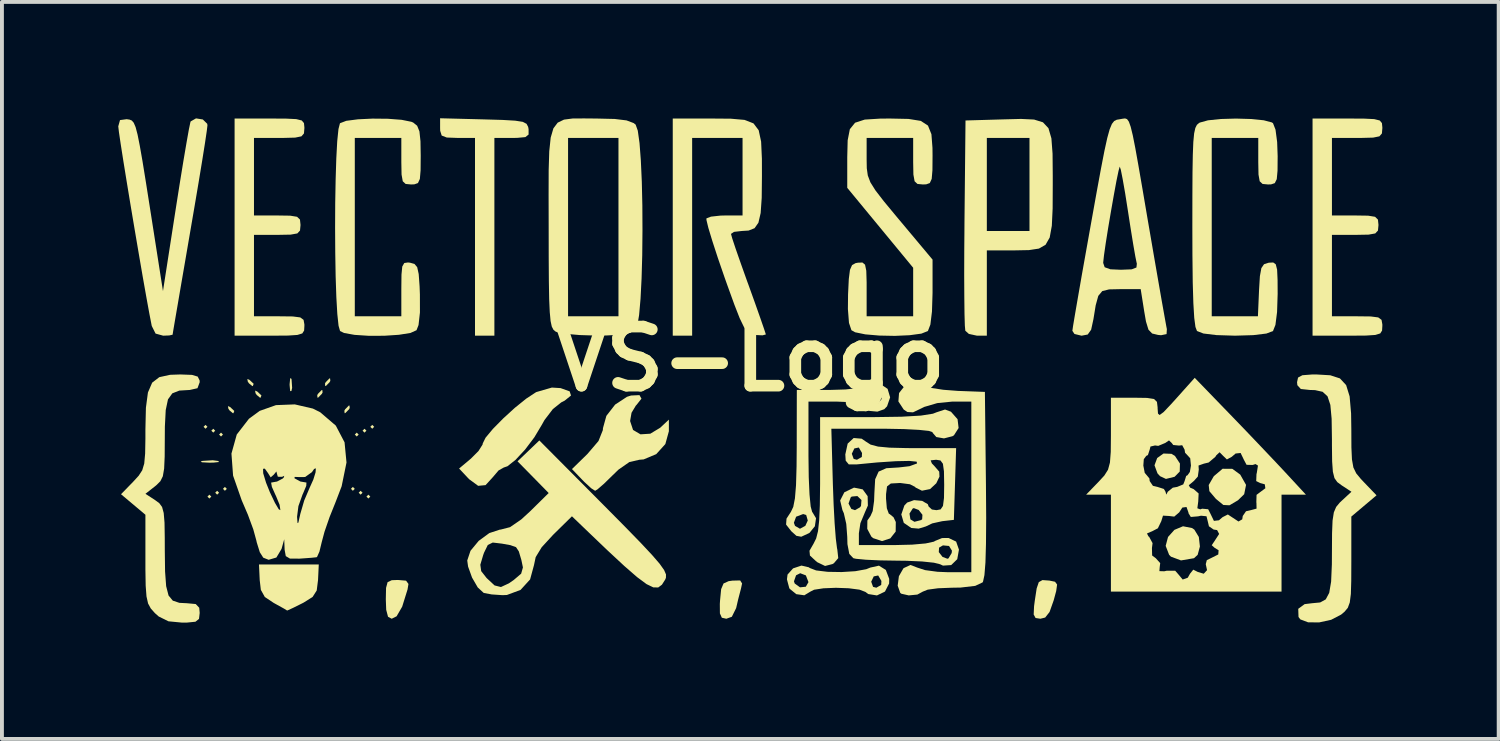
<source format=kicad_pcb>
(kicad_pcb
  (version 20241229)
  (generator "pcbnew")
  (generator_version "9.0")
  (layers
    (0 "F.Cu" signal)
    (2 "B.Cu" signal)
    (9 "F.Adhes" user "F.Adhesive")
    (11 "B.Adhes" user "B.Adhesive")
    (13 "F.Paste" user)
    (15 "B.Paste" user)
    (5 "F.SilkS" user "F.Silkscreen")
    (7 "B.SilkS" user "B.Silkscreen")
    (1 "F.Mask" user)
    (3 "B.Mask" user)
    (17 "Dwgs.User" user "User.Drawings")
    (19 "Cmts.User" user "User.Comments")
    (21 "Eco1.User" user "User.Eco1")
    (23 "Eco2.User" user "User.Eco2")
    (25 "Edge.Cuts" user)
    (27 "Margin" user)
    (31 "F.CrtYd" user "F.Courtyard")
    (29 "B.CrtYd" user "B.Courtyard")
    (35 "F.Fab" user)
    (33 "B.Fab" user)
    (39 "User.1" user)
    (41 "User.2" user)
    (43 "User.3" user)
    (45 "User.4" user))
  (footprint "VS-Logo"
    (layer "F.Cu")
    (at 16.3 6.207)
    (property "Reference" "VS-Logo" (at 0 0 0) (layer "F.SilkS") (effects (font (size 1.524 1.524) (thickness 0.3))))
    (attr board_only exclude_from_pos_files exclude_from_bom)
    (fp_poly (pts (xy -14 1.75) (xy -14.05 1.8) (xy -14.1 1.75) (xy -14.05 1.7)) (stroke (width 0) (type solid)) (fill yes) (layer "F.SilkS"))
    (fp_poly (pts (xy -13.9 3.55) (xy -13.95 3.6) (xy -14 3.55) (xy -13.95 3.5)) (stroke (width 0) (type solid)) (fill yes) (layer "F.SilkS"))
    (fp_poly (pts (xy -13.8 1.85) (xy -13.85 1.9) (xy -13.9 1.85) (xy -13.85 1.8)) (stroke (width 0) (type solid)) (fill yes) (layer "F.SilkS"))
    (fp_poly (pts (xy -13.7 3.45) (xy -13.75 3.5) (xy -13.8 3.45) (xy -13.75 3.4)) (stroke (width 0) (type solid)) (fill yes) (layer "F.SilkS"))
    (fp_poly (pts (xy -13.6 1.95) (xy -13.65 2) (xy -13.7 1.95) (xy -13.65 1.9)) (stroke (width 0) (type solid)) (fill yes) (layer "F.SilkS"))
    (fp_poly (pts (xy -13.5 3.35) (xy -13.55 3.4) (xy -13.6 3.35) (xy -13.55 3.3)) (stroke (width 0) (type solid)) (fill yes) (layer "F.SilkS"))
    (fp_poly (pts (xy -10.2 3.35) (xy -10.25 3.4) (xy -10.3 3.35) (xy -10.25 3.3)) (stroke (width 0) (type solid)) (fill yes) (layer "F.SilkS"))
    (fp_poly (pts (xy -10.1 1.95) (xy -10.15 2) (xy -10.2 1.95) (xy -10.15 1.9)) (stroke (width 0) (type solid)) (fill yes) (layer "F.SilkS"))
    (fp_poly (pts (xy -10 3.45) (xy -10.05 3.5) (xy -10.1 3.45) (xy -10.05 3.4)) (stroke (width 0) (type solid)) (fill yes) (layer "F.SilkS"))
    (fp_poly (pts (xy -9.9 1.85) (xy -9.95 1.9) (xy -10 1.85) (xy -9.95 1.8)) (stroke (width 0) (type solid)) (fill yes) (layer "F.SilkS"))
    (fp_poly (pts (xy -9.8 3.55) (xy -9.85 3.6) (xy -9.9 3.55) (xy -9.85 3.5)) (stroke (width 0) (type solid)) (fill yes) (layer "F.SilkS"))
    (fp_poly (pts (xy -9.7 1.75) (xy -9.75 1.8) (xy -9.8 1.75) (xy -9.75 1.7)) (stroke (width 0) (type solid)) (fill yes) (layer "F.SilkS"))
    (fp_poly (pts (xy -13.415 1.24) (xy -13.308 1.341) (xy -13.33 1.399) (xy -13.344 1.4) (xy -13.429 1.329) (xy -13.46 1.285) (xy -13.471 1.216)) (stroke (width 0) (type solid)) (fill yes) (layer "F.SilkS"))
    (fp_poly (pts (xy -12.915 0.54) (xy -12.808 0.641) (xy -12.83 0.699) (xy -12.844 0.7) (xy -12.929 0.629) (xy -12.96 0.585) (xy -12.971 0.516)) (stroke (width 0) (type solid)) (fill yes) (layer "F.SilkS"))
    (fp_poly (pts (xy -12.715 0.84) (xy -12.608 0.941) (xy -12.63 0.999) (xy -12.644 1) (xy -12.729 0.929) (xy -12.76 0.885) (xy -12.771 0.816)) (stroke (width 0) (type solid)) (fill yes) (layer "F.SilkS"))
    (fp_poly (pts (xy -13.724 2.631) (xy -13.7 2.658) (xy -13.844 2.673) (xy -13.95 2.675) (xy -14.144 2.665) (xy -14.173 2.642) (xy -14.124 2.629) (xy -13.863 2.613)) (stroke (width 0) (type solid)) (fill yes) (layer "F.SilkS"))
    (fp_poly (pts (xy -11.836 0.51) (xy -11.831 0.527) (xy -11.816 0.745) (xy -11.834 0.827) (xy -11.867 0.83) (xy -11.881 0.674) (xy -11.881 0.65) (xy -11.866 0.495)) (stroke (width 0) (type solid)) (fill yes) (layer "F.SilkS"))
    (fp_poly (pts (xy -11.031 0.865) (xy -11.05 0.9) (xy -11.144 0.996) (xy -11.162 1) (xy -11.169 0.935) (xy -11.15 0.9) (xy -11.056 0.804) (xy -11.038 0.8)) (stroke (width 0) (type solid)) (fill yes) (layer "F.SilkS"))
    (fp_poly (pts (xy -10.831 0.565) (xy -10.85 0.6) (xy -10.944 0.696) (xy -10.962 0.7) (xy -10.969 0.635) (xy -10.95 0.6) (xy -10.856 0.504) (xy -10.838 0.5)) (stroke (width 0) (type solid)) (fill yes) (layer "F.SilkS"))
    (fp_poly (pts (xy -10.331 1.265) (xy -10.35 1.3) (xy -10.444 1.395) (xy -10.462 1.4) (xy -10.469 1.335) (xy -10.45 1.3) (xy -10.356 1.204) (xy -10.338 1.2)) (stroke (width 0) (type solid)) (fill yes) (layer "F.SilkS"))
    (fp_poly (pts (xy 10.862 2.447) (xy 10.951 2.501) (xy 11.08 2.697) (xy 11.075 2.904) (xy 10.942 3.039) (xy 10.719 3.094) (xy 10.567 3.023) (xy 10.501 2.951) (xy 10.424 2.743) (xy 10.493 2.555) (xy 10.656 2.439)) (stroke (width 0) (type solid)) (fill yes) (layer "F.SilkS"))
    (fp_poly (pts (xy -8.878 5.718) (xy -8.816 5.803) (xy -8.84 5.946) (xy -8.978 6.389) (xy -9.122 6.637) (xy -9.248 6.7) (xy -9.343 6.649) (xy -9.39 6.47) (xy -9.4 6.2) (xy -9.394 5.904) (xy -9.354 5.756) (xy -9.247 5.706) (xy -9.089 5.7)) (stroke (width 0) (type solid)) (fill yes) (layer "F.SilkS"))
    (fp_poly (pts (xy 11.393 4.361) (xy 11.451 4.401) (xy 11.567 4.591) (xy 11.595 4.837) (xy 11.537 5.052) (xy 11.442 5.139) (xy 11.108 5.196) (xy 10.848 5.099) (xy 10.801 5.051) (xy 10.712 4.821) (xy 10.773 4.591) (xy 10.937 4.408) (xy 11.159 4.315)) (stroke (width 0) (type solid)) (fill yes) (layer "F.SilkS"))
    (fp_poly (pts (xy 12.431 2.834) (xy 12.635 2.983) (xy 12.785 3.248) (xy 12.737 3.488) (xy 12.578 3.644) (xy 12.358 3.774) (xy 12.199 3.766) (xy 12.013 3.613) (xy 12 3.6) (xy 11.839 3.41) (xy 11.822 3.252) (xy 11.945 3.038) (xy 11.956 3.022) (xy 12.18 2.832)) (stroke (width 0) (type solid)) (fill yes) (layer "F.SilkS"))
    (fp_poly (pts (xy -0.212 5.79) (xy -0.239 5.917) (xy -0.313 6.201) (xy -0.365 6.425) (xy -0.476 6.649) (xy -0.618 6.7) (xy -0.734 6.674) (xy -0.784 6.563) (xy -0.786 6.318) (xy -0.78 6.225) (xy -0.752 5.936) (xy -0.69 5.79) (xy -0.559 5.731) (xy -0.461 5.717) (xy -0.262 5.712)) (stroke (width 0) (type solid)) (fill yes) (layer "F.SilkS"))
    (fp_poly (pts (xy -11.148 5.702) (xy -11.182 5.971) (xy -11.288 6.138) (xy -11.52 6.284) (xy -11.555 6.302) (xy -11.79 6.419) (xy -11.93 6.483) (xy -11.946 6.488) (xy -12.027 6.438) (xy -12.224 6.329) (xy -12.291 6.292) (xy -12.52 6.14) (xy -12.623 5.955) (xy -12.652 5.705) (xy -12.671 5.3) (xy -11.129 5.3)) (stroke (width 0) (type solid)) (fill yes) (layer "F.SilkS"))
    (fp_poly (pts (xy 7.702 5.715) (xy 7.72 5.717) (xy 7.859 5.746) (xy 7.912 5.818) (xy 7.889 5.985) (xy 7.824 6.225) (xy 7.718 6.525) (xy 7.605 6.669) (xy 7.481 6.7) (xy 7.357 6.681) (xy 7.308 6.591) (xy 7.318 6.377) (xy 7.337 6.233) (xy 7.385 5.918) (xy 7.44 5.756) (xy 7.534 5.703)) (stroke (width 0) (type solid)) (fill yes) (layer "F.SilkS"))
    (fp_poly (pts (xy -6.875 -6.178) (xy -6.387 -6.164) (xy -6.064 -6.145) (xy -5.87 -6.115) (xy -5.771 -6.064) (xy -5.729 -5.985) (xy -5.718 -5.925) (xy -5.718 -5.787) (xy -5.801 -5.721) (xy -6.018 -5.701) (xy -6.143 -5.7) (xy -6.6 -5.7) (xy -6.6 -0.6) (xy -7.1 -0.6) (xy -7.1 -5.7) (xy -7.55 -5.7) (xy -7.828 -5.71) (xy -7.959 -5.761) (xy -7.998 -5.883) (xy -8 -5.953) (xy -8 -6.207)) (stroke (width 0) (type solid)) (fill yes) (layer "F.SilkS"))
    (fp_poly (pts (xy -4.893 0.752) (xy -4.659 0.836) (xy -4.624 0.943) (xy -4.787 1.075) (xy -4.875 1.12) (xy -5.092 1.293) (xy -5.308 1.576) (xy -5.374 1.694) (xy -5.569 2.02) (xy -5.808 2.337) (xy -6.053 2.601) (xy -6.262 2.767) (xy -6.358 2.8) (xy -6.493 2.876) (xy -6.641 3.05) (xy -6.827 3.254) (xy -7.019 3.272) (xy -7.248 3.104) (xy -7.288 3.063) (xy -7.51 2.826) (xy -7.205 2.57) (xy -7.01 2.374) (xy -6.905 2.208) (xy -6.9 2.178) (xy -6.828 2.032) (xy -6.638 1.804) (xy -6.372 1.534) (xy -6.072 1.26) (xy -5.778 1.023) (xy -5.533 0.862) (xy -5.518 0.854) (xy -5.117 0.738)) (stroke (width 0) (type solid)) (fill yes) (layer "F.SilkS"))
    (fp_poly (pts (xy -2.807 1.024) (xy -2.937 1.189) (xy -2.95 1.2) (xy -3.063 1.388) (xy -3.1 1.601) (xy -3.024 1.831) (xy -2.832 1.944) (xy -2.579 1.928) (xy -2.325 1.775) (xy -2.1 1.565) (xy -2.1 1.865) (xy -2.191 2.195) (xy -2.426 2.455) (xy -2.751 2.591) (xy -2.861 2.6) (xy -3.119 2.659) (xy -3.399 2.854) (xy -3.55 3) (xy -3.774 3.219) (xy -3.942 3.364) (xy -4.002 3.4) (xy -4.103 3.335) (xy -4.28 3.172) (xy -4.331 3.12) (xy -4.599 2.84) (xy -4.2 2.45) (xy -3.915 2.116) (xy -3.803 1.835) (xy -3.8 1.785) (xy -3.712 1.468) (xy -3.486 1.177) (xy -3.18 0.976) (xy -3.075 0.943) (xy -2.858 0.933)) (stroke (width 0) (type solid)) (fill yes) (layer "F.SilkS"))
    (fp_poly (pts (xy 7.318 -6.174) (xy 7.547 -6.103) (xy 7.689 -5.951) (xy 7.765 -5.69) (xy 7.795 -5.293) (xy 7.8 -4.732) (xy 7.8 -4.5) (xy 7.797 -3.881) (xy 7.776 -3.434) (xy 7.721 -3.131) (xy 7.615 -2.945) (xy 7.443 -2.846) (xy 7.186 -2.807) (xy 6.828 -2.8) (xy 6.793 -2.8) (xy 6.1 -2.8) (xy 6.1 -0.6) (xy 5.847 -0.6) (xy 5.638 -0.644) (xy 5.545 -0.727) (xy 5.533 -0.857) (xy 5.524 -1.16) (xy 5.519 -1.607) (xy 5.516 -2.171) (xy 5.518 -2.825) (xy 5.522 -3.3) (xy 6.1 -3.3) (xy 7.2 -3.3) (xy 7.2 -5.7) (xy 6.1 -5.7) (xy 6.1 -3.3) (xy 5.522 -3.3) (xy 5.523 -3.502) (xy 5.55 -6.15) (xy 6.514 -6.178) (xy 6.981 -6.19)) (stroke (width 0) (type solid)) (fill yes) (layer "F.SilkS"))
    (fp_poly (pts (xy -11.974 -6.198) (xy -11.709 -6.185) (xy -11.568 -6.15) (xy -11.511 -6.083) (xy -11.5 -5.972) (xy -11.5 -5.95) (xy -11.511 -5.816) (xy -11.576 -5.741) (xy -11.738 -5.708) (xy -12.044 -5.7) (xy -12.15 -5.7) (xy -12.8 -5.7) (xy -12.8 -3.7) (xy -12.2 -3.7) (xy -11.867 -3.695) (xy -11.688 -3.666) (xy -11.614 -3.594) (xy -11.6 -3.459) (xy -11.6 -3.45) (xy -11.613 -3.311) (xy -11.682 -3.237) (xy -11.855 -3.206) (xy -12.179 -3.2) (xy -12.2 -3.2) (xy -12.8 -3.2) (xy -12.8 -1.1) (xy -12.15 -1.1) (xy -11.801 -1.096) (xy -11.606 -1.071) (xy -11.521 -1.008) (xy -11.5 -0.891) (xy -11.5 -0.85) (xy -11.507 -0.732) (xy -11.554 -0.658) (xy -11.68 -0.619) (xy -11.923 -0.603) (xy -12.321 -0.6) (xy -12.4 -0.6) (xy -13.3 -0.6) (xy -13.3 -6.2) (xy -12.4 -6.2)) (stroke (width 0) (type solid)) (fill yes) (layer "F.SilkS"))
    (fp_poly (pts (xy 15.826 -6.198) (xy 16.091 -6.185) (xy 16.232 -6.15) (xy 16.289 -6.083) (xy 16.3 -5.972) (xy 16.3 -5.95) (xy 16.289 -5.816) (xy 16.224 -5.741) (xy 16.062 -5.708) (xy 15.756 -5.7) (xy 15.65 -5.7) (xy 15 -5.7) (xy 15 -3.7) (xy 15.6 -3.7) (xy 15.933 -3.695) (xy 16.112 -3.666) (xy 16.186 -3.594) (xy 16.2 -3.459) (xy 16.2 -3.45) (xy 16.187 -3.311) (xy 16.118 -3.237) (xy 15.945 -3.206) (xy 15.621 -3.2) (xy 15.6 -3.2) (xy 15 -3.2) (xy 15 -1.1) (xy 15.65 -1.1) (xy 15.999 -1.096) (xy 16.194 -1.071) (xy 16.279 -1.008) (xy 16.3 -0.891) (xy 16.3 -0.85) (xy 16.293 -0.732) (xy 16.246 -0.658) (xy 16.12 -0.619) (xy 15.877 -0.603) (xy 15.479 -0.6) (xy 15.4 -0.6) (xy 14.5 -0.6) (xy 14.5 -6.2) (xy 15.4 -6.2)) (stroke (width 0) (type solid)) (fill yes) (layer "F.SilkS"))
    (fp_poly (pts (xy 5.175 1.361) (xy 5.345 1.554) (xy 5.372 1.781) (xy 5.252 1.969) (xy 5.213 1.993) (xy 4.995 2.049) (xy 4.797 2.014) (xy 4.701 1.903) (xy 4.7 1.889) (xy 4.606 1.856) (xy 4.349 1.829) (xy 3.967 1.809) (xy 3.495 1.8) (xy 3.395 1.8) (xy 2.09 1.8) (xy 2.129 3.225) (xy 2.149 3.761) (xy 2.175 4.245) (xy 2.205 4.632) (xy 2.236 4.878) (xy 2.244 4.916) (xy 2.268 5.136) (xy 2.156 5.268) (xy 2.119 5.29) (xy 1.928 5.339) (xy 1.729 5.243) (xy 1.689 5.211) (xy 1.538 5.07) (xy 1.526 4.947) (xy 1.63 4.766) (xy 1.698 4.63) (xy 1.746 4.442) (xy 1.776 4.167) (xy 1.793 3.772) (xy 1.8 3.222) (xy 1.8 3.004) (xy 1.8 1.5) (xy 3.201 1.5) (xy 3.898 1.49) (xy 4.399 1.461) (xy 4.71 1.412) (xy 4.802 1.376) (xy 5.022 1.304)) (stroke (width 0) (type solid)) (fill yes) (layer "F.SilkS"))
    (fp_poly (pts (xy 4.418 0.678) (xy 4.635 0.743) (xy 4.976 0.795) (xy 5.35 0.824) (xy 6.05 0.85) (xy 6.077 3.238) (xy 6.083 4.094) (xy 6.078 4.761) (xy 6.064 5.251) (xy 6.038 5.574) (xy 6.002 5.742) (xy 5.99 5.763) (xy 5.801 5.852) (xy 5.422 5.896) (xy 5.194 5.9) (xy 4.842 5.914) (xy 4.575 5.95) (xy 4.45 6) (xy 4.45 6) (xy 4.308 6.077) (xy 4.086 6.098) (xy 3.896 6.055) (xy 3.867 6.033) (xy 3.801 5.848) (xy 3.832 5.603) (xy 3.946 5.404) (xy 3.958 5.393) (xy 4.131 5.313) (xy 4.307 5.381) (xy 4.508 5.446) (xy 4.828 5.489) (xy 5.099 5.5) (xy 5.7 5.5) (xy 5.7 1.1) (xy 5.208 1.1) (xy 4.821 1.139) (xy 4.483 1.238) (xy 4.418 1.271) (xy 4.196 1.377) (xy 4.05 1.368) (xy 3.956 1.305) (xy 3.819 1.096) (xy 3.836 0.88) (xy 3.971 0.707) (xy 4.185 0.627)) (stroke (width 0) (type solid)) (fill yes) (layer "F.SilkS"))
    (fp_poly (pts (xy -3.964 -6.2) (xy -3.497 -6.189) (xy -3.192 -6.152) (xy -3.008 -6.083) (xy -2.957 -6.043) (xy -2.902 -5.888) (xy -2.857 -5.568) (xy -2.823 -5.117) (xy -2.798 -4.567) (xy -2.784 -3.954) (xy -2.781 -3.312) (xy -2.787 -2.675) (xy -2.804 -2.076) (xy -2.831 -1.55) (xy -2.868 -1.13) (xy -2.916 -0.852) (xy -2.957 -0.757) (xy -3.096 -0.674) (xy -3.336 -0.626) (xy -3.715 -0.605) (xy -3.982 -0.603) (xy -4.398 -0.616) (xy -4.752 -0.647) (xy -4.984 -0.691) (xy -5.025 -0.708) (xy -5.078 -0.754) (xy -5.12 -0.836) (xy -5.151 -0.979) (xy -5.162 -1.1) (xy -4.7 -1.1) (xy -3.4 -1.1) (xy -3.4 -5.7) (xy -4.7 -5.7) (xy -4.7 -1.1) (xy -5.162 -1.1) (xy -5.172 -1.206) (xy -5.187 -1.539) (xy -5.195 -2.003) (xy -5.199 -2.621) (xy -5.2 -3.401) (xy -5.202 -4.224) (xy -5.2 -4.868) (xy -5.185 -5.355) (xy -5.148 -5.708) (xy -5.078 -5.947) (xy -4.967 -6.094) (xy -4.805 -6.172) (xy -4.582 -6.201) (xy -4.289 -6.203)) (stroke (width 0) (type solid)) (fill yes) (layer "F.SilkS"))
    (fp_poly (pts (xy -0.504 -6.196) (xy -0.149 -6.165) (xy 0.082 -6.075) (xy 0.216 -5.898) (xy 0.279 -5.604) (xy 0.299 -5.162) (xy 0.3 -4.713) (xy 0.294 -4.153) (xy 0.267 -3.763) (xy 0.209 -3.513) (xy 0.11 -3.372) (xy -0.044 -3.311) (xy -0.22 -3.3) (xy -0.421 -3.277) (xy -0.498 -3.225) (xy -0.466 -3.108) (xy -0.377 -2.84) (xy -0.244 -2.46) (xy -0.082 -2.005) (xy -0.048 -1.913) (xy 0.118 -1.451) (xy 0.256 -1.06) (xy 0.354 -0.777) (xy 0.399 -0.639) (xy 0.4 -0.631) (xy 0.314 -0.609) (xy 0.125 -0.618) (xy 0.016 -0.642) (xy -0.076 -0.703) (xy -0.168 -0.831) (xy -0.275 -1.053) (xy -0.41 -1.398) (xy -0.59 -1.895) (xy -0.663 -2.1) (xy -0.837 -2.605) (xy -0.98 -3.044) (xy -1.082 -3.381) (xy -1.131 -3.584) (xy -1.132 -3.625) (xy -1.014 -3.67) (xy -0.769 -3.697) (xy -0.644 -3.7) (xy -0.2 -3.7) (xy -0.2 -5.7) (xy -1.5 -5.7) (xy -1.5 -0.6) (xy -2 -0.6) (xy -2 -6.2) (xy -1.007 -6.2)) (stroke (width 0) (type solid)) (fill yes) (layer "F.SilkS"))
    (fp_poly (pts (xy 1.512 5.374) (xy 1.53 5.39) (xy 1.697 5.454) (xy 1.994 5.49) (xy 2.353 5.496) (xy 2.707 5.474) (xy 2.989 5.423) (xy 3.093 5.381) (xy 3.317 5.331) (xy 3.495 5.441) (xy 3.582 5.671) (xy 3.58 5.791) (xy 3.473 5.999) (xy 3.266 6.099) (xy 3.041 6.063) (xy 2.968 6.008) (xy 2.815 5.95) (xy 2.539 5.914) (xy 2.207 5.902) (xy 1.886 5.915) (xy 1.644 5.952) (xy 1.55 6) (xy 1.393 6.095) (xy 1.185 6.066) (xy 1.015 5.927) (xy 1.004 5.907) (xy 0.958 5.735) (xy 1.126 5.735) (xy 1.145 5.791) (xy 1.282 5.89) (xy 1.432 5.874) (xy 1.5 5.756) (xy 1.496 5.745) (xy 3.118 5.745) (xy 3.166 5.878) (xy 3.25 5.9) (xy 3.376 5.828) (xy 3.381 5.725) (xy 3.298 5.584) (xy 3.183 5.608) (xy 3.118 5.745) (xy 1.496 5.745) (xy 1.433 5.582) (xy 1.287 5.526) (xy 1.18 5.58) (xy 1.126 5.735) (xy 0.958 5.735) (xy 0.945 5.684) (xy 0.96 5.561) (xy 1.103 5.401) (xy 1.319 5.329)) (stroke (width 0) (type solid)) (fill yes) (layer "F.SilkS"))
    (fp_poly (pts (xy -14.119 -6.176) (xy -14.006 -6.065) (xy -14 -6.025) (xy -14.017 -5.882) (xy -14.063 -5.571) (xy -14.135 -5.118) (xy -14.228 -4.553) (xy -14.338 -3.903) (xy -14.45 -3.25) (xy -14.569 -2.556) (xy -14.677 -1.93) (xy -14.768 -1.397) (xy -14.839 -0.985) (xy -14.884 -0.719) (xy -14.899 -0.625) (xy -14.986 -0.606) (xy -15.142 -0.6) (xy -15.338 -0.654) (xy -15.436 -0.85) (xy -15.441 -0.875) (xy -15.497 -1.162) (xy -15.574 -1.584) (xy -15.667 -2.109) (xy -15.769 -2.702) (xy -15.876 -3.331) (xy -15.982 -3.962) (xy -16.081 -4.563) (xy -16.168 -5.1) (xy -16.237 -5.541) (xy -16.283 -5.851) (xy -16.3 -5.998) (xy -16.3 -5.999) (xy -16.255 -6.16) (xy -16.086 -6.183) (xy -16.075 -6.182) (xy -16.007 -6.172) (xy -15.95 -6.148) (xy -15.901 -6.091) (xy -15.853 -5.979) (xy -15.803 -5.79) (xy -15.746 -5.504) (xy -15.675 -5.1) (xy -15.587 -4.556) (xy -15.476 -3.852) (xy -15.374 -3.2) (xy -15.147 -1.75) (xy -14.813 -3.9) (xy -14.713 -4.534) (xy -14.621 -5.1) (xy -14.541 -5.57) (xy -14.48 -5.913) (xy -14.441 -6.101) (xy -14.434 -6.125) (xy -14.295 -6.204)) (stroke (width 0) (type solid)) (fill yes) (layer "F.SilkS"))
    (fp_poly (pts (xy -9.346 -6.194) (xy -8.992 -6.167) (xy -8.74 -6.116) (xy -8.693 -6.096) (xy -8.592 -6.014) (xy -8.533 -5.869) (xy -8.506 -5.614) (xy -8.5 -5.246) (xy -8.503 -4.866) (xy -8.522 -4.643) (xy -8.571 -4.536) (xy -8.664 -4.503) (xy -8.75 -4.5) (xy -8.889 -4.513) (xy -8.963 -4.582) (xy -8.994 -4.755) (xy -9 -5.079) (xy -9 -5.1) (xy -9 -5.7) (xy -10.2 -5.7) (xy -10.2 -1.1) (xy -9 -1.1) (xy -9 -1.807) (xy -8.996 -2.174) (xy -8.976 -2.383) (xy -8.924 -2.474) (xy -8.829 -2.488) (xy -8.775 -2.482) (xy -8.661 -2.45) (xy -8.591 -2.367) (xy -8.552 -2.19) (xy -8.529 -1.875) (xy -8.521 -1.666) (xy -8.52 -1.198) (xy -8.556 -0.875) (xy -8.608 -0.741) (xy -8.765 -0.67) (xy -9.062 -0.623) (xy -9.441 -0.598) (xy -9.842 -0.597) (xy -10.207 -0.621) (xy -10.478 -0.67) (xy -10.58 -0.72) (xy -10.619 -0.857) (xy -10.651 -1.161) (xy -10.676 -1.598) (xy -10.694 -2.135) (xy -10.704 -2.74) (xy -10.708 -3.38) (xy -10.705 -4.02) (xy -10.694 -4.628) (xy -10.677 -5.171) (xy -10.653 -5.616) (xy -10.621 -5.929) (xy -10.583 -6.077) (xy -10.58 -6.08) (xy -10.42 -6.141) (xy -10.12 -6.18) (xy -9.743 -6.198)) (stroke (width 0) (type solid)) (fill yes) (layer "F.SilkS"))
    (fp_poly (pts (xy 12.912 -6.188) (xy 13.241 -6.155) (xy 13.45 -6.1) (xy 13.48 -6.08) (xy 13.545 -5.913) (xy 13.587 -5.594) (xy 13.6 -5.23) (xy 13.597 -4.855) (xy 13.577 -4.637) (xy 13.526 -4.534) (xy 13.43 -4.502) (xy 13.35 -4.5) (xy 13.211 -4.513) (xy 13.137 -4.582) (xy 13.106 -4.755) (xy 13.1 -5.079) (xy 13.1 -5.1) (xy 13.1 -5.7) (xy 11.9 -5.7) (xy 11.9 -1.1) (xy 13.091 -1.1) (xy 13.12 -1.775) (xy 13.142 -2.136) (xy 13.18 -2.343) (xy 13.249 -2.443) (xy 13.366 -2.481) (xy 13.375 -2.482) (xy 13.485 -2.488) (xy 13.551 -2.441) (xy 13.586 -2.303) (xy 13.598 -2.036) (xy 13.6 -1.677) (xy 13.585 -1.21) (xy 13.543 -0.879) (xy 13.48 -0.72) (xy 13.31 -0.655) (xy 12.971 -0.614) (xy 12.5 -0.6) (xy 12.022 -0.615) (xy 11.685 -0.656) (xy 11.52 -0.72) (xy 11.48 -0.825) (xy 11.449 -1.059) (xy 11.426 -1.438) (xy 11.41 -1.975) (xy 11.402 -2.686) (xy 11.4 -3.416) (xy 11.401 -4.202) (xy 11.404 -4.811) (xy 11.412 -5.267) (xy 11.425 -5.594) (xy 11.446 -5.816) (xy 11.477 -5.956) (xy 11.518 -6.038) (xy 11.573 -6.085) (xy 11.593 -6.096) (xy 11.803 -6.154) (xy 12.133 -6.188) (xy 12.523 -6.199)) (stroke (width 0) (type solid)) (fill yes) (layer "F.SilkS"))
    (fp_poly (pts (xy 2.899 3.364) (xy 3.026 3.539) (xy 3.032 3.782) (xy 2.957 3.953) (xy 2.839 4.236) (xy 2.8 4.496) (xy 2.8 4.8) (xy 3.73 4.8) (xy 4.174 4.789) (xy 4.523 4.758) (xy 4.734 4.712) (xy 4.768 4.692) (xy 4.945 4.619) (xy 5.113 4.617) (xy 5.308 4.71) (xy 5.381 4.918) (xy 5.337 5.164) (xy 5.181 5.316) (xy 4.969 5.33) (xy 4.895 5.295) (xy 4.736 5.255) (xy 4.43 5.223) (xy 4.028 5.205) (xy 3.783 5.202) (xy 3.348 5.195) (xy 2.979 5.178) (xy 2.727 5.154) (xy 2.658 5.139) (xy 2.553 5.028) (xy 2.544 4.981) (xy 4.861 4.981) (xy 4.957 5.105) (xy 5.083 5.153) (xy 5.111 5.143) (xy 5.193 5.006) (xy 5.2 4.944) (xy 5.125 4.823) (xy 4.968 4.808) (xy 4.868 4.866) (xy 4.861 4.981) (xy 2.544 4.981) (xy 2.505 4.776) (xy 2.5 4.588) (xy 2.475 4.255) (xy 2.412 3.979) (xy 2.376 3.898) (xy 2.336 3.729) (xy 2.533 3.729) (xy 2.606 3.868) (xy 2.7 3.9) (xy 2.828 3.827) (xy 2.855 3.791) (xy 2.867 3.639) (xy 2.761 3.536) (xy 2.616 3.549) (xy 2.589 3.571) (xy 2.533 3.729) (xy 2.336 3.729) (xy 2.317 3.651) (xy 2.425 3.439) (xy 2.669 3.321) (xy 2.678 3.319)) (stroke (width 0) (type solid)) (fill yes) (layer "F.SilkS"))
    (fp_poly (pts (xy 4.081 -6.19) (xy 4.397 -6.139) (xy 4.582 -6.018) (xy 4.671 -5.796) (xy 4.698 -5.444) (xy 4.7 -5.246) (xy 4.697 -4.866) (xy 4.678 -4.643) (xy 4.629 -4.536) (xy 4.536 -4.503) (xy 4.45 -4.5) (xy 4.311 -4.513) (xy 4.237 -4.582) (xy 4.206 -4.755) (xy 4.2 -5.079) (xy 4.2 -5.1) (xy 4.2 -5.7) (xy 3 -5.7) (xy 3 -5.146) (xy 3.004 -4.917) (xy 3.03 -4.732) (xy 3.097 -4.555) (xy 3.228 -4.346) (xy 3.441 -4.07) (xy 3.758 -3.687) (xy 3.85 -3.577) (xy 4.7 -2.562) (xy 4.7 -1.701) (xy 4.685 -1.223) (xy 4.644 -0.886) (xy 4.58 -0.72) (xy 4.412 -0.653) (xy 4.108 -0.612) (xy 3.727 -0.595) (xy 3.326 -0.603) (xy 2.965 -0.634) (xy 2.702 -0.688) (xy 2.608 -0.741) (xy 2.545 -0.929) (xy 2.517 -1.285) (xy 2.521 -1.666) (xy 2.54 -2.06) (xy 2.57 -2.297) (xy 2.624 -2.42) (xy 2.715 -2.471) (xy 2.775 -2.482) (xy 2.892 -2.487) (xy 2.959 -2.431) (xy 2.991 -2.275) (xy 3 -1.977) (xy 3 -1.807) (xy 3 -1.1) (xy 4.2 -1.1) (xy 4.2 -2.352) (xy 2.5 -4.413) (xy 2.5 -5.203) (xy 2.511 -5.639) (xy 2.567 -5.925) (xy 2.702 -6.092) (xy 2.951 -6.173) (xy 3.35 -6.198) (xy 3.6 -6.2)) (stroke (width 0) (type solid)) (fill yes) (layer "F.SilkS"))
    (fp_poly (pts (xy 14.957 0.421) (xy 15.206 0.502) (xy 15.366 0.674) (xy 15.456 0.965) (xy 15.494 1.406) (xy 15.5 1.82) (xy 15.502 2.282) (xy 15.516 2.592) (xy 15.553 2.799) (xy 15.626 2.95) (xy 15.745 3.094) (xy 15.825 3.179) (xy 16.15 3.517) (xy 15.5 4.065) (xy 15.5 5.225) (xy 15.498 5.723) (xy 15.488 6.061) (xy 15.46 6.28) (xy 15.409 6.419) (xy 15.325 6.519) (xy 15.237 6.593) (xy 14.98 6.727) (xy 14.674 6.794) (xy 14.387 6.793) (xy 14.185 6.717) (xy 14.138 6.655) (xy 14.131 6.444) (xy 14.296 6.323) (xy 14.486 6.3) (xy 14.696 6.28) (xy 14.84 6.201) (xy 14.93 6.032) (xy 14.979 5.742) (xy 14.998 5.3) (xy 15 4.975) (xy 15.003 4.493) (xy 15.016 4.168) (xy 15.049 3.957) (xy 15.109 3.816) (xy 15.204 3.702) (xy 15.251 3.658) (xy 15.503 3.425) (xy 15.251 3.26) (xy 15.138 3.176) (xy 15.065 3.073) (xy 15.024 2.909) (xy 15.005 2.643) (xy 15 2.232) (xy 15 2.068) (xy 14.992 1.542) (xy 14.959 1.185) (xy 14.886 0.964) (xy 14.759 0.847) (xy 14.564 0.804) (xy 14.43 0.8) (xy 14.197 0.775) (xy 14.108 0.677) (xy 14.1 0.6) (xy 14.126 0.48) (xy 14.238 0.42) (xy 14.484 0.401) (xy 14.6 0.4)) (stroke (width 0) (type solid)) (fill yes) (layer "F.SilkS"))
    (fp_poly (pts (xy -14.4 0.411) (xy -14.251 0.455) (xy -14.202 0.554) (xy -14.2 0.6) (xy -14.257 0.755) (xy -14.456 0.8) (xy -14.457 0.8) (xy -14.725 0.816) (xy -14.906 0.887) (xy -15.018 1.043) (xy -15.076 1.318) (xy -15.098 1.743) (xy -15.1 2.046) (xy -15.103 2.515) (xy -15.117 2.828) (xy -15.151 3.026) (xy -15.214 3.153) (xy -15.314 3.253) (xy -15.349 3.282) (xy -15.599 3.478) (xy -15.349 3.641) (xy -15.241 3.721) (xy -15.17 3.818) (xy -15.128 3.973) (xy -15.107 4.223) (xy -15.101 4.61) (xy -15.1 4.932) (xy -15.093 5.481) (xy -15.065 5.86) (xy -15.003 6.101) (xy -14.893 6.234) (xy -14.724 6.29) (xy -14.53 6.3) (xy -14.302 6.321) (xy -14.212 6.416) (xy -14.2 6.55) (xy -14.218 6.704) (xy -14.309 6.777) (xy -14.526 6.799) (xy -14.655 6.8) (xy -15.006 6.766) (xy -15.257 6.642) (xy -15.355 6.555) (xy -15.461 6.436) (xy -15.531 6.307) (xy -15.572 6.125) (xy -15.593 5.848) (xy -15.6 5.433) (xy -15.6 5.163) (xy -15.6 4.018) (xy -16.229 3.489) (xy -15.914 3.165) (xy -15.773 3.011) (xy -15.682 2.871) (xy -15.63 2.697) (xy -15.607 2.441) (xy -15.6 2.054) (xy -15.6 1.82) (xy -15.587 1.258) (xy -15.535 0.865) (xy -15.426 0.612) (xy -15.242 0.47) (xy -14.963 0.409) (xy -14.7 0.4)) (stroke (width 0) (type solid)) (fill yes) (layer "F.SilkS"))
    (fp_poly (pts (xy 3.343 0.639) (xy 3.541 0.772) (xy 3.606 0.991) (xy 3.527 1.221) (xy 3.455 1.296) (xy 3.277 1.359) (xy 3.07 1.34) (xy 2.923 1.255) (xy 2.9 1.193) (xy 2.808 1.147) (xy 2.568 1.114) (xy 2.228 1.1) (xy 2.2 1.1) (xy 1.5 1.1) (xy 1.5 2.494) (xy 1.507 3.05) (xy 1.527 3.496) (xy 1.557 3.805) (xy 1.595 3.946) (xy 1.6 3.95) (xy 1.695 4.107) (xy 1.665 4.315) (xy 1.527 4.485) (xy 1.507 4.496) (xy 1.314 4.585) (xy 1.189 4.562) (xy 1.057 4.443) (xy 0.923 4.272) (xy 0.926 4.225) (xy 1.124 4.225) (xy 1.153 4.305) (xy 1.281 4.379) (xy 1.419 4.304) (xy 1.482 4.167) (xy 1.441 4.024) (xy 1.363 4) (xy 1.181 4.069) (xy 1.124 4.225) (xy 0.926 4.225) (xy 0.934 4.117) (xy 1.047 3.944) (xy 1.108 3.815) (xy 1.151 3.595) (xy 1.179 3.256) (xy 1.193 2.769) (xy 1.197 2.275) (xy 1.199 1.032) (xy 3.107 1.032) (xy 3.164 1.131) (xy 3.286 1.154) (xy 3.383 1.039) (xy 3.4 0.944) (xy 3.32 0.817) (xy 3.25 0.8) (xy 3.124 0.875) (xy 3.107 1.032) (xy 1.199 1.032) (xy 1.2 0.8) (xy 2.03 0.8) (xy 2.456 0.787) (xy 2.782 0.75) (xy 2.961 0.696) (xy 2.973 0.687) (xy 3.151 0.623)) (stroke (width 0) (type solid)) (fill yes) (layer "F.SilkS"))
    (fp_poly (pts (xy -3.762 3.791) (xy -3.23 4.328) (xy -2.826 4.743) (xy -2.534 5.055) (xy -2.338 5.282) (xy -2.223 5.444) (xy -2.174 5.558) (xy -2.176 5.644) (xy -2.195 5.69) (xy -2.279 5.822) (xy -2.374 5.893) (xy -2.5 5.892) (xy -2.676 5.807) (xy -2.92 5.626) (xy -3.251 5.338) (xy -3.689 4.931) (xy -4.175 4.466) (xy -4.6 4.058) (xy -5.085 4.535) (xy -5.38 4.856) (xy -5.535 5.111) (xy -5.579 5.318) (xy -5.679 5.686) (xy -5.926 5.957) (xy -6.277 6.087) (xy -6.392 6.092) (xy -6.669 6.073) (xy -6.865 6.037) (xy -6.877 6.033) (xy -7.029 5.893) (xy -7.176 5.639) (xy -7.278 5.356) (xy -7.285 5.308) (xy -6.963 5.308) (xy -6.94 5.472) (xy -6.803 5.647) (xy -6.792 5.658) (xy -6.595 5.841) (xy -6.431 5.882) (xy -6.226 5.787) (xy -6.098 5.698) (xy -5.91 5.538) (xy -5.864 5.377) (xy -5.904 5.185) (xy -5.97 4.963) (xy -6.042 4.854) (xy -6.188 4.802) (xy -6.405 4.763) (xy -6.642 4.735) (xy -6.77 4.798) (xy -6.867 4.997) (xy -6.889 5.058) (xy -6.963 5.308) (xy -7.285 5.308) (xy -7.3 5.197) (xy -7.216 4.947) (xy -7.005 4.692) (xy -6.731 4.491) (xy -6.457 4.401) (xy -6.436 4.4) (xy -6.196 4.338) (xy -5.906 4.138) (xy -5.678 3.929) (xy -5.2 3.458) (xy -5.601 3.049) (xy -6.003 2.64) (xy -5.722 2.371) (xy -5.441 2.102)) (stroke (width 0) (type solid)) (fill yes) (layer "F.SilkS"))
    (fp_poly (pts (xy 9.716 -6.185) (xy 9.763 -6.119) (xy 9.81 -5.987) (xy 9.864 -5.766) (xy 9.929 -5.437) (xy 10.011 -4.979) (xy 10.116 -4.372) (xy 10.248 -3.595) (xy 10.299 -3.3) (xy 10.414 -2.63) (xy 10.52 -2.019) (xy 10.611 -1.497) (xy 10.683 -1.094) (xy 10.729 -0.839) (xy 10.743 -0.769) (xy 10.735 -0.641) (xy 10.594 -0.612) (xy 10.517 -0.619) (xy 10.363 -0.656) (xy 10.268 -0.755) (xy 10.204 -0.965) (xy 10.159 -1.225) (xy 10.068 -1.8) (xy 9.541 -1.8) (xy 9.254 -1.794) (xy 9.077 -1.75) (xy 8.974 -1.626) (xy 8.907 -1.382) (xy 8.849 -1.025) (xy 8.79 -0.754) (xy 8.702 -0.63) (xy 8.545 -0.6) (xy 8.541 -0.6) (xy 8.36 -0.644) (xy 8.306 -0.725) (xy 8.324 -0.853) (xy 8.374 -1.151) (xy 8.45 -1.592) (xy 8.547 -2.149) (xy 8.605 -2.475) (xy 9.101 -2.475) (xy 9.139 -2.365) (xy 9.287 -2.312) (xy 9.557 -2.3) (xy 9.836 -2.311) (xy 9.958 -2.358) (xy 9.969 -2.457) (xy 9.964 -2.475) (xy 9.93 -2.64) (xy 9.875 -2.956) (xy 9.807 -3.376) (xy 9.738 -3.822) (xy 9.667 -4.273) (xy 9.603 -4.638) (xy 9.555 -4.88) (xy 9.527 -4.961) (xy 9.527 -4.96) (xy 9.497 -4.853) (xy 9.443 -4.594) (xy 9.376 -4.231) (xy 9.302 -3.81) (xy 9.229 -3.379) (xy 9.166 -2.983) (xy 9.121 -2.67) (xy 9.101 -2.486) (xy 9.101 -2.475) (xy 8.605 -2.475) (xy 8.662 -2.794) (xy 8.788 -3.5) (xy 8.93 -4.29) (xy 9.043 -4.905) (xy 9.133 -5.368) (xy 9.206 -5.7) (xy 9.268 -5.924) (xy 9.326 -6.062) (xy 9.384 -6.136) (xy 9.45 -6.169) (xy 9.523 -6.181) (xy 9.601 -6.195) (xy 9.664 -6.203)) (stroke (width 0) (type solid)) (fill yes) (layer "F.SilkS"))
    (fp_poly (pts (xy -11.281 1.28) (xy -11.093 1.374) (xy -10.69 1.719) (xy -10.464 2.15) (xy -10.414 2.671) (xy -10.539 3.283) (xy -10.692 3.683) (xy -10.85 4.077) (xy -10.981 4.456) (xy -11.053 4.725) (xy -11.112 4.969) (xy -11.173 5.105) (xy -11.186 5.114) (xy -11.319 5.128) (xy -11.567 5.146) (xy -11.625 5.15) (xy -11.872 5.149) (xy -11.98 5.085) (xy -12.01 4.92) (xy -12.01 4.911) (xy -12.02 4.65) (xy -12.089 4.899) (xy -12.222 5.121) (xy -12.422 5.18) (xy -12.561 5.125) (xy -12.65 4.984) (xy -12.728 4.733) (xy -12.74 4.678) (xy -12.818 4.394) (xy -12.957 4.017) (xy -13.116 3.647) (xy -13.339 3.009) (xy -13.352 2.833) (xy -12.566 2.833) (xy -12.562 2.949) (xy -12.489 3.19) (xy -12.389 3.439) (xy -12.259 3.712) (xy -12.161 3.877) (xy -12.119 3.899) (xy -12.14 3.76) (xy -12.232 3.535) (xy -12.246 3.507) (xy -12.338 3.3) (xy -12.358 3.192) (xy -12.353 3.188) (xy -12.215 3.163) (xy -12.208 3.163) (xy -12.06 3.085) (xy -12.053 3.078) (xy -11.755 3.078) (xy -11.603 3.161) (xy -11.592 3.163) (xy -11.451 3.187) (xy -11.447 3.188) (xy -11.452 3.273) (xy -11.533 3.466) (xy -11.547 3.495) (xy -11.654 3.795) (xy -11.689 4.07) (xy -11.677 4.233) (xy -11.655 4.221) (xy -11.611 4.024) (xy -11.606 4) (xy -11.505 3.652) (xy -11.368 3.33) (xy -11.269 3.11) (xy -11.212 2.926) (xy -11.204 2.821) (xy -11.25 2.837) (xy -11.305 2.919) (xy -11.481 3.045) (xy -11.615 3.047) (xy -11.752 3.042) (xy -11.755 3.078) (xy -12.053 3.078) (xy -12.033 3.059) (xy -12.019 3.014) (xy -12.075 3.04) (xy -12.185 3.038) (xy -12.202 2.981) (xy -12.222 2.902) (xy -12.288 2.983) (xy -12.369 3.054) (xy -12.438 2.944) (xy -12.52 2.829) (xy -12.566 2.833) (xy -13.352 2.833) (xy -13.381 2.441) (xy -13.244 1.949) (xy -12.93 1.543) (xy -12.652 1.339) (xy -12.233 1.191) (xy -11.748 1.172)) (stroke (width 0) (type solid)) (fill yes) (layer "F.SilkS"))
    (fp_poly (pts (xy 2.873 2.057) (xy 2.977 2.129) (xy 3.102 2.209) (xy 3.294 2.26) (xy 3.591 2.288) (xy 4.034 2.299) (xy 4.237 2.3) (xy 5.308 2.3) (xy 5.279 3.225) (xy 5.25 4.15) (xy 4.95 4.184) (xy 4.692 4.241) (xy 4.526 4.32) (xy 4.342 4.376) (xy 4.151 4.359) (xy 3.958 4.227) (xy 3.894 4.009) (xy 3.902 3.988) (xy 4.105 3.988) (xy 4.129 4.137) (xy 4.233 4.2) (xy 4.403 4.156) (xy 4.432 4.134) (xy 4.439 4.019) (xy 4.343 3.895) (xy 4.217 3.847) (xy 4.189 3.857) (xy 4.105 3.988) (xy 3.902 3.988) (xy 3.973 3.78) (xy 4.045 3.704) (xy 4.223 3.641) (xy 4.43 3.66) (xy 4.577 3.745) (xy 4.6 3.807) (xy 4.684 3.883) (xy 4.8 3.9) (xy 4.908 3.88) (xy 4.969 3.79) (xy 4.995 3.585) (xy 5 3.25) (xy 4.994 2.899) (xy 4.967 2.703) (xy 4.904 2.618) (xy 4.793 2.6) (xy 4.651 2.615) (xy 4.682 2.694) (xy 4.743 2.757) (xy 4.872 2.906) (xy 4.879 3.034) (xy 4.796 3.207) (xy 4.636 3.356) (xy 4.427 3.398) (xy 4.261 3.316) (xy 4.25 3.3) (xy 4.117 3.232) (xy 3.875 3.2) (xy 3.844 3.2) (xy 3.624 3.212) (xy 3.526 3.288) (xy 3.501 3.485) (xy 3.5 3.6) (xy 3.521 3.851) (xy 3.572 3.99) (xy 3.593 4) (xy 3.694 4.083) (xy 3.752 4.205) (xy 3.749 4.452) (xy 3.61 4.628) (xy 3.397 4.697) (xy 3.169 4.622) (xy 3.12 4.58) (xy 3.016 4.382) (xy 3.019 4.166) (xy 3.1 4.05) (xy 3.156 3.923) (xy 3.192 3.663) (xy 3.2 3.455) (xy 3.22 3.103) (xy 3.309 2.905) (xy 3.508 2.818) (xy 3.833 2.798) (xy 4.106 2.766) (xy 4.3 2.695) (xy 4.29 2.649) (xy 4.102 2.63) (xy 3.756 2.637) (xy 3.272 2.669) (xy 2.75 2.719) (xy 2.539 2.719) (xy 2.46 2.623) (xy 2.45 2.461) (xy 2.454 2.445) (xy 2.618 2.445) (xy 2.666 2.578) (xy 2.75 2.6) (xy 2.876 2.528) (xy 2.881 2.425) (xy 2.798 2.284) (xy 2.683 2.308) (xy 2.618 2.445) (xy 2.454 2.445) (xy 2.511 2.183) (xy 2.666 2.039)) (stroke (width 0) (type solid)) (fill yes) (layer "F.SilkS"))
    (fp_poly (pts (xy 12.363 1.419) (xy 12.766 1.837) (xy 13.177 2.268) (xy 13.546 2.657) (xy 13.797 2.925) (xy 14.329 3.5) (xy 13.7 3.5) (xy 13.7 6) (xy 9.3 6) (xy 9.3 4.501) (xy 10.23 4.501) (xy 10.267 4.575) (xy 10.286 4.588) (xy 10.374 4.75) (xy 10.358 4.876) (xy 10.363 5.069) (xy 10.457 5.139) (xy 10.571 5.266) (xy 10.559 5.362) (xy 10.55 5.472) (xy 10.677 5.476) (xy 10.738 5.462) (xy 10.958 5.462) (xy 11.036 5.551) (xy 11.151 5.689) (xy 11.282 5.642) (xy 11.34 5.539) (xy 11.424 5.434) (xy 11.542 5.494) (xy 11.694 5.539) (xy 11.779 5.447) (xy 11.746 5.293) (xy 11.773 5.189) (xy 11.89 5.132) (xy 12.069 5.042) (xy 12.077 4.934) (xy 11.975 4.871) (xy 11.9 4.804) (xy 11.975 4.692) (xy 12.091 4.513) (xy 12.038 4.413) (xy 11.95 4.4) (xy 11.828 4.316) (xy 11.8 4.198) (xy 11.765 4.057) (xy 11.623 4.043) (xy 11.55 4.059) (xy 11.36 4.075) (xy 11.3 3.977) (xy 11.3 3.961) (xy 11.249 3.818) (xy 11.142 3.833) (xy 11.061 3.957) (xy 10.933 4.066) (xy 10.8 4.05) (xy 10.643 4.041) (xy 10.6 4.181) (xy 10.6 4.182) (xy 10.511 4.367) (xy 10.375 4.438) (xy 10.23 4.501) (xy 9.3 4.501) (xy 9.3 3.5) (xy 8.661 3.5) (xy 8.98 3.17) (xy 9.131 3.006) (xy 9.225 2.857) (xy 9.254 2.75) (xy 10.136 2.75) (xy 10.172 2.938) (xy 10.225 3) (xy 10.292 3.081) (xy 10.3 3.15) (xy 10.383 3.272) (xy 10.5 3.3) (xy 10.666 3.353) (xy 10.708 3.425) (xy 10.728 3.499) (xy 10.766 3.425) (xy 10.896 3.32) (xy 11.008 3.3) (xy 11.113 3.257) (xy 11.308 3.257) (xy 11.342 3.318) (xy 11.432 3.356) (xy 11.562 3.469) (xy 11.552 3.676) (xy 11.529 3.851) (xy 11.603 3.879) (xy 11.654 3.862) (xy 11.808 3.876) (xy 11.871 4) (xy 11.956 4.176) (xy 12.086 4.161) (xy 12.18 4.08) (xy 12.316 4.011) (xy 12.42 4.08) (xy 12.59 4.192) (xy 12.687 4.136) (xy 12.7 4.05) (xy 12.784 3.928) (xy 12.907 3.9) (xy 13.056 3.86) (xy 13.053 3.709) (xy 13.05 3.7) (xy 13.056 3.505) (xy 13.143 3.439) (xy 13.283 3.335) (xy 13.268 3.233) (xy 13.148 3.2) (xy 13.047 3.15) (xy 13.054 2.972) (xy 13.063 2.934) (xy 13.092 2.75) (xy 13.029 2.711) (xy 12.956 2.734) (xy 12.798 2.73) (xy 12.729 2.6) (xy 12.645 2.425) (xy 12.515 2.439) (xy 12.416 2.524) (xy 12.291 2.592) (xy 12.194 2.499) (xy 12.103 2.406) (xy 12.016 2.487) (xy 11.993 2.525) (xy 11.82 2.671) (xy 11.698 2.7) (xy 11.559 2.749) (xy 11.566 2.855) (xy 11.541 3.034) (xy 11.438 3.148) (xy 11.308 3.257) (xy 11.113 3.257) (xy 11.166 3.235) (xy 11.2 3.15) (xy 11.241 3.017) (xy 11.275 3) (xy 11.336 2.914) (xy 11.364 2.75) (xy 11.345 2.562) (xy 11.289 2.5) (xy 11.212 2.418) (xy 11.2 2.339) (xy 11.138 2.225) (xy 11.056 2.234) (xy 10.907 2.219) (xy 10.869 2.169) (xy 10.798 2.101) (xy 10.7 2.167) (xy 10.52 2.242) (xy 10.438 2.231) (xy 10.32 2.259) (xy 10.3 2.339) (xy 10.254 2.479) (xy 10.211 2.5) (xy 10.148 2.585) (xy 10.136 2.75) (xy 9.254 2.75) (xy 9.275 2.671) (xy 9.296 2.396) (xy 9.3 1.979) (xy 9.3 1.92) (xy 9.3 1) (xy 9.9 1) (xy 10.232 1.005) (xy 10.412 1.033) (xy 10.487 1.107) (xy 10.504 1.247) (xy 10.504 1.275) (xy 10.514 1.409) (xy 10.556 1.446) (xy 10.659 1.37) (xy 10.851 1.167) (xy 10.985 1.019) (xy 11.461 0.487)) (stroke (width 0) (type solid)) (fill yes) (layer "F.SilkS")))
  (gr_rect
    (start -3 -3)
    (end 35.6 16.007)
    (stroke (width 0.1) (type default))
    (fill no)
    (layer "Edge.Cuts")))
</source>
